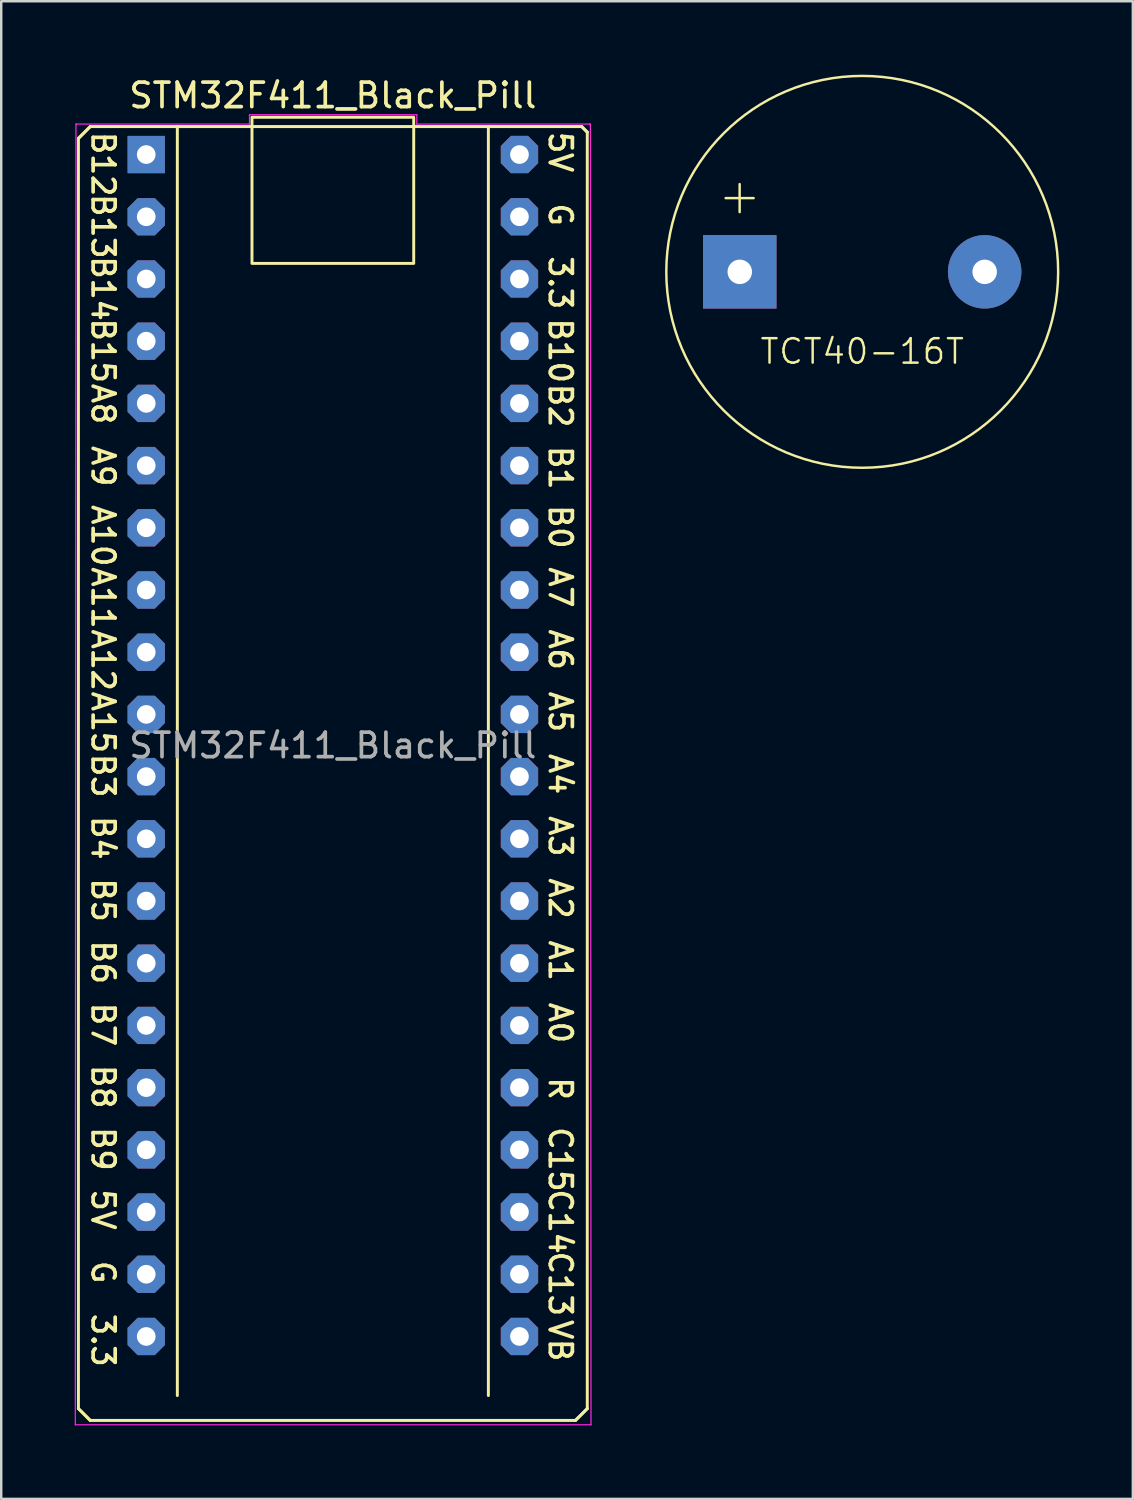
<source format=kicad_pcb>
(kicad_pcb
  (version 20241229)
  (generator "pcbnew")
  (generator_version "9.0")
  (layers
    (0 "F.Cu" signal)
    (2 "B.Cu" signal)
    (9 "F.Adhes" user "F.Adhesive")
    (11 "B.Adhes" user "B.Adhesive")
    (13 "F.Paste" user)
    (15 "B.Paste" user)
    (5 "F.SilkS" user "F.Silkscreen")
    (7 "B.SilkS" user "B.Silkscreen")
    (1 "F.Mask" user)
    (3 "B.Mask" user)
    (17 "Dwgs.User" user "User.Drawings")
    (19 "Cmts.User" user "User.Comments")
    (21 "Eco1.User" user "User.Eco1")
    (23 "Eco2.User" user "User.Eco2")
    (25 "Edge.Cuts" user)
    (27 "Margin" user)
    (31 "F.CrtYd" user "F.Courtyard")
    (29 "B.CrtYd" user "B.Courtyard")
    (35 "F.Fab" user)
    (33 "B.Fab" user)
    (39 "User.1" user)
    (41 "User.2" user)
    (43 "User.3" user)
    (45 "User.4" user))
  (footprint "TCT40-16T"
    (layer "F.Cu")
    (at 32.157 8.05)
    (property "Reference" "TCT40-16T" (at 0 3.25 0) (unlocked yes) (layer "F.SilkS") (effects (font (size 1 1) (thickness 0.1))))
    (attr through_hole)
    (fp_circle (center 0 0) (end 8 0) (stroke (width 0.1) (type default)) (fill no) (layer "F.SilkS"))
    (fp_text user "+" (at -6 -2.25 0) (unlocked yes) (layer "F.SilkS") (effects (font (size 1.5 1.5) (thickness 0.1)) (justify left bottom)))
    (pad "1" thru_hole rect (at -5 0) (size 3 3) (drill 1) (layers "*.Cu" "*.Mask"))
    (pad "2" thru_hole circle (at 5 0) (size 3 3) (drill 1) (layers "*.Cu" "*.Mask")))
  (footprint "STM32F411_Black_Pill"
    (layer "F.Cu")
    (at 10.541 27.391)
    (property "Reference" "STM32F411_Black_Pill" (at 0 -26.543 0) (unlocked yes) (layer "F.SilkS") (effects (font (size 1 1) (thickness 0.15))))
    (attr through_hole)
    (fp_line (start -10.389 -24.79) (end -10.389 27.076) (stroke (width 0.12) (type default)) (layer "F.SilkS"))
    (fp_line (start -10.389 27.076) (end -9.906 27.559) (stroke (width 0.12) (type default)) (layer "F.SilkS"))
    (fp_line (start -9.906 -25.273) (end -10.389 -24.79) (stroke (width 0.12) (type default)) (layer "F.SilkS"))
    (fp_line (start -9.906 -25.273) (end -10.389 -24.79) (stroke (width 0.12) (type default)) (layer "F.SilkS"))
    (fp_line (start -9.906 27.559) (end -10.389 27.076) (stroke (width 0.12) (type default)) (layer "F.SilkS"))
    (fp_line (start -9.906 27.559) (end 9.906 27.559) (stroke (width 0.12) (type default)) (layer "F.SilkS"))
    (fp_line (start -6.35 -25.273) (end -6.35 26.543) (stroke (width 0.12) (type default)) (layer "F.SilkS"))
    (fp_line (start 6.35 -25.273) (end 6.35 26.543) (stroke (width 0.12) (type default)) (layer "F.SilkS"))
    (fp_line (start 9.906 27.559) (end 10.389 27.076) (stroke (width 0.12) (type default)) (layer "F.SilkS"))
    (fp_line (start 9.906 27.559) (end 10.389 27.076) (stroke (width 0.12) (type default)) (layer "F.SilkS"))
    (fp_line (start 10.16 -25.273) (end -9.906 -25.273) (stroke (width 0.12) (type default)) (layer "F.SilkS"))
    (fp_line (start 10.16 -25.273) (end 10.389 -25.044) (stroke (width 0.12) (type default)) (layer "F.SilkS"))
    (fp_line (start 10.389 -25.044) (end 10.16 -25.273) (stroke (width 0.12) (type default)) (layer "F.SilkS"))
    (fp_line (start 10.389 27.076) (end 10.389 -25.044) (stroke (width 0.12) (type default)) (layer "F.SilkS"))
    (fp_rect (start -3.302 -25.654) (end 3.302 -19.685) (stroke (width 0.12) (type default)) (fill no) (layer "F.SilkS"))
    (fp_line (start -10.516 27.737) (end -10.49 -25.375) (stroke (width 0.05) (type default)) (layer "F.CrtYd"))
    (fp_line (start -10.516 27.737) (end 10.541 27.737) (stroke (width 0.05) (type default)) (layer "F.CrtYd"))
    (fp_line (start -10.49 -25.375) (end -10.465 -25.375) (stroke (width 0.05) (type default)) (layer "F.CrtYd"))
    (fp_line (start -10.465 -25.375) (end -3.404 -25.375) (stroke (width 0.05) (type default)) (layer "F.CrtYd"))
    (fp_line (start -3.404 -25.756) (end 3.429 -25.756) (stroke (width 0.05) (type default)) (layer "F.CrtYd"))
    (fp_line (start -3.404 -25.375) (end -3.404 -25.756) (stroke (width 0.05) (type default)) (layer "F.CrtYd"))
    (fp_line (start 3.429 -25.756) (end 3.429 -25.375) (stroke (width 0.05) (type default)) (layer "F.CrtYd"))
    (fp_line (start 3.429 -25.375) (end 10.49 -25.375) (stroke (width 0.05) (type default)) (layer "F.CrtYd"))
    (fp_line (start 10.49 -25.375) (end 10.516 -25.375) (stroke (width 0.05) (type default)) (layer "F.CrtYd"))
    (fp_line (start 10.516 -25.375) (end 10.541 27.737) (stroke (width 0.05) (type default)) (layer "F.CrtYd"))
    (fp_text user "C13" (at 8.763 20.574 270) (unlocked yes) (layer "F.SilkS") (effects (font (size 0.9 0.9) (thickness 0.15)) (justify left bottom)))
    (fp_text user "A11" (at -9.906 -7.366 270) (unlocked yes) (layer "F.SilkS") (effects (font (size 0.9 0.9) (thickness 0.15)) (justify left bottom)))
    (fp_text user "B6" (at -9.906 7.874 270) (unlocked yes) (layer "F.SilkS") (effects (font (size 0.9 0.9) (thickness 0.15)) (justify left bottom)))
    (fp_text user "5V" (at 8.763 -25.146 270) (unlocked yes) (layer "F.SilkS") (effects (font (size 0.9 0.9) (thickness 0.15)) (justify left bottom)))
    (fp_text user "B0" (at 8.763 -9.906 270) (unlocked yes) (layer "F.SilkS") (effects (font (size 0.9 0.9) (thickness 0.15)) (justify left bottom)))
    (fp_text user "B1" (at 8.763 -12.319 270) (unlocked yes) (layer "F.SilkS") (effects (font (size 0.9 0.9) (thickness 0.15)) (justify left bottom)))
    (fp_text user "A15" (at -9.906 -2.286 270) (unlocked yes) (layer "F.SilkS") (effects (font (size 0.9 0.9) (thickness 0.15)) (justify left bottom)))
    (fp_text user "B13" (at -9.906 -22.606 270) (unlocked yes) (layer "F.SilkS") (effects (font (size 0.9 0.9) (thickness 0.15)) (justify left bottom)))
    (fp_text user "B9" (at -9.906 15.494 270) (unlocked yes) (layer "F.SilkS") (effects (font (size 0.9 0.9) (thickness 0.15)) (justify left bottom)))
    (fp_text user "A3" (at 8.763 2.794 270) (unlocked yes) (layer "F.SilkS") (effects (font (size 0.9 0.9) (thickness 0.15)) (justify left bottom)))
    (fp_text user "B14" (at -9.906 -20.066 270) (unlocked yes) (layer "F.SilkS") (effects (font (size 0.9 0.9) (thickness 0.15)) (justify left bottom)))
    (fp_text user "A8" (at -9.906 -14.859 270) (unlocked yes) (layer "F.SilkS") (effects (font (size 0.9 0.9) (thickness 0.15)) (justify left bottom)))
    (fp_text user "A6" (at 8.763 -4.826 270) (unlocked yes) (layer "F.SilkS") (effects (font (size 0.9 0.9) (thickness 0.15)) (justify left bottom)))
    (fp_text user "A7" (at 8.763 -7.366 270) (unlocked yes) (layer "F.SilkS") (effects (font (size 0.9 0.9) (thickness 0.15)) (justify left bottom)))
    (fp_text user "B5" (at -9.906 5.334 270) (unlocked yes) (layer "F.SilkS") (effects (font (size 0.9 0.9) (thickness 0.15)) (justify left bottom)))
    (fp_text user "A2" (at 8.763 5.334 270) (unlocked yes) (layer "F.SilkS") (effects (font (size 0.9 0.9) (thickness 0.15)) (justify left bottom)))
    (fp_text user "B8" (at -9.906 12.954 270) (unlocked yes) (layer "F.SilkS") (effects (font (size 0.9 0.9) (thickness 0.15)) (justify left bottom)))
    (fp_text user "C15" (at 8.763 15.494 270) (unlocked yes) (layer "F.SilkS") (effects (font (size 0.9 0.9) (thickness 0.15)) (justify left bottom)))
    (fp_text user "G" (at -9.906 20.955 270) (unlocked yes) (layer "F.SilkS") (effects (font (size 0.9 0.9) (thickness 0.15)) (justify left bottom)))
    (fp_text user "B10" (at 8.763 -17.526 270) (unlocked yes) (layer "F.SilkS") (effects (font (size 0.9 0.9) (thickness 0.15)) (justify left bottom)))
    (fp_text user "C14" (at 8.763 18.034 270) (unlocked yes) (layer "F.SilkS") (effects (font (size 0.9 0.9) (thickness 0.15)) (justify left bottom)))
    (fp_text user "3.3" (at -9.906 23.114 270) (unlocked yes) (layer "F.SilkS") (effects (font (size 0.9 0.9) (thickness 0.15)) (justify left bottom)))
    (fp_text user "VB" (at 8.763 23.368 270) (unlocked yes) (layer "F.SilkS") (effects (font (size 0.9 0.9) (thickness 0.15)) (justify left bottom)))
    (fp_text user "A12" (at -9.906 -4.826 270) (unlocked yes) (layer "F.SilkS") (effects (font (size 0.9 0.9) (thickness 0.15)) (justify left bottom)))
    (fp_text user "3.3" (at 8.763 -20.066 270) (unlocked yes) (layer "F.SilkS") (effects (font (size 0.9 0.9) (thickness 0.15)) (justify left bottom)))
    (fp_text user "B2" (at 8.763 -14.859 270) (unlocked yes) (layer "F.SilkS") (effects (font (size 0.9 0.9) (thickness 0.15)) (justify left bottom)))
    (fp_text user "5V" (at -9.906 18.034 270) (unlocked yes) (layer "F.SilkS") (effects (font (size 0.9 0.9) (thickness 0.15)) (justify left bottom)))
    (fp_text user "B4" (at -9.906 2.794 270) (unlocked yes) (layer "F.SilkS") (effects (font (size 0.9 0.9) (thickness 0.15)) (justify left bottom)))
    (fp_text user "B15" (at -9.906 -17.526 270) (unlocked yes) (layer "F.SilkS") (effects (font (size 0.9 0.9) (thickness 0.15)) (justify left bottom)))
    (fp_text user "A10" (at -9.906 -9.906 270) (unlocked yes) (layer "F.SilkS") (effects (font (size 0.9 0.9) (thickness 0.15)) (justify left bottom)))
    (fp_text user "B7" (at -9.906 10.414 270) (unlocked yes) (layer "F.SilkS") (effects (font (size 0.9 0.9) (thickness 0.15)) (justify left bottom)))
    (fp_text user "A9" (at -9.906 -12.319 270) (unlocked yes) (layer "F.SilkS") (effects (font (size 0.9 0.9) (thickness 0.15)) (justify left bottom)))
    (fp_text user "A4" (at 8.763 0.254 270) (unlocked yes) (layer "F.SilkS") (effects (font (size 0.9 0.9) (thickness 0.15)) (justify left bottom)))
    (fp_text user "B12" (at -9.906 -25.146 270) (unlocked yes) (layer "F.SilkS") (effects (font (size 0.9 0.9) (thickness 0.15)) (justify left bottom)))
    (fp_text user "G" (at 8.763 -22.225 270) (unlocked yes) (layer "F.SilkS") (effects (font (size 0.9 0.9) (thickness 0.15)) (justify left bottom)))
    (fp_text user "R" (at 8.763 13.462 270) (unlocked yes) (layer "F.SilkS") (effects (font (size 0.9 0.9) (thickness 0.15)) (justify left bottom)))
    (fp_text user "B3" (at -9.906 0.254 270) (unlocked yes) (layer "F.SilkS") (effects (font (size 0.9 0.9) (thickness 0.15)) (justify left bottom)))
    (fp_text user "A0" (at 8.763 10.414 270) (unlocked yes) (layer "F.SilkS") (effects (font (size 0.9 0.9) (thickness 0.15)) (justify left bottom)))
    (fp_text user "A5" (at 8.763 -2.286 270) (unlocked yes) (layer "F.SilkS") (effects (font (size 0.9 0.9) (thickness 0.15)) (justify left bottom)))
    (fp_text user "A1" (at 8.763 7.874 270) (unlocked yes) (layer "F.SilkS") (effects (font (size 0.9 0.9) (thickness 0.15)) (justify left bottom)))
    (fp_text user "${REFERENCE}" (at 0 0 0) (unlocked yes) (layer "F.Fab") (effects (font (size 1 1) (thickness 0.15))))
    (pad "1" thru_hole roundrect (at -7.62 -24.13) (size 1.524 1.524) (drill 0.762) (layers "*.Cu" "*.Mask") (roundrect_rratio 0) (chamfer_ratio 0.2) (chamfer))
    (pad "2" thru_hole roundrect (at -7.62 -21.59) (size 1.524 1.524) (drill 0.762) (layers "*.Cu" "*.Mask") (roundrect_rratio 0) (chamfer_ratio 0.27) (chamfer top_left top_right bottom_left bottom_right))
    (pad "3" thru_hole roundrect (at -7.62 -19.05) (size 1.524 1.524) (drill 0.762) (layers "*.Cu" "*.Mask") (roundrect_rratio 0) (chamfer_ratio 0.27) (chamfer top_left top_right bottom_left bottom_right))
    (pad "4" thru_hole roundrect (at -7.62 -16.51) (size 1.524 1.524) (drill 0.762) (layers "*.Cu" "*.Mask") (roundrect_rratio 0) (chamfer_ratio 0.27) (chamfer top_left top_right bottom_left bottom_right))
    (pad "5" thru_hole roundrect (at -7.62 -13.97) (size 1.524 1.524) (drill 0.762) (layers "*.Cu" "*.Mask") (roundrect_rratio 0) (chamfer_ratio 0.27) (chamfer top_left top_right bottom_left bottom_right))
    (pad "6" thru_hole roundrect (at -7.62 -11.43) (size 1.524 1.524) (drill 0.762) (layers "*.Cu" "*.Mask") (roundrect_rratio 0) (chamfer_ratio 0.27) (chamfer top_left top_right bottom_left bottom_right))
    (pad "7" thru_hole roundrect (at -7.62 -8.89) (size 1.524 1.524) (drill 0.762) (layers "*.Cu" "*.Mask") (roundrect_rratio 0) (chamfer_ratio 0.27) (chamfer top_left top_right bottom_left bottom_right))
    (pad "8" thru_hole roundrect (at -7.62 -6.35) (size 1.524 1.524) (drill 0.762) (layers "*.Cu" "*.Mask") (roundrect_rratio 0) (chamfer_ratio 0.27) (chamfer top_left top_right bottom_left bottom_right))
    (pad "9" thru_hole roundrect (at -7.62 -3.81) (size 1.524 1.524) (drill 0.762) (layers "*.Cu" "*.Mask") (roundrect_rratio 0) (chamfer_ratio 0.27) (chamfer top_left top_right bottom_left bottom_right))
    (pad "10" thru_hole roundrect (at -7.62 -1.27) (size 1.524 1.524) (drill 0.762) (layers "*.Cu" "*.Mask") (roundrect_rratio 0) (chamfer_ratio 0.27) (chamfer top_left top_right bottom_left bottom_right))
    (pad "11" thru_hole roundrect (at -7.62 1.27) (size 1.524 1.524) (drill 0.762) (layers "*.Cu" "*.Mask") (roundrect_rratio 0) (chamfer_ratio 0.27) (chamfer top_left top_right bottom_left bottom_right))
    (pad "12" thru_hole roundrect (at -7.62 3.81) (size 1.524 1.524) (drill 0.762) (layers "*.Cu" "*.Mask") (roundrect_rratio 0) (chamfer_ratio 0.27) (chamfer top_left top_right bottom_left bottom_right))
    (pad "13" thru_hole roundrect (at -7.62 6.35) (size 1.524 1.524) (drill 0.762) (layers "*.Cu" "*.Mask") (roundrect_rratio 0) (chamfer_ratio 0.27) (chamfer top_left top_right bottom_left bottom_right))
    (pad "14" thru_hole roundrect (at -7.62 8.89) (size 1.524 1.524) (drill 0.762) (layers "*.Cu" "*.Mask") (roundrect_rratio 0) (chamfer_ratio 0.27) (chamfer top_left top_right bottom_left bottom_right))
    (pad "15" thru_hole roundrect (at -7.62 11.43) (size 1.524 1.524) (drill 0.762) (layers "*.Cu" "*.Mask") (roundrect_rratio 0) (chamfer_ratio 0.27) (chamfer top_left top_right bottom_left bottom_right))
    (pad "16" thru_hole roundrect (at -7.62 13.97) (size 1.524 1.524) (drill 0.762) (layers "*.Cu" "*.Mask") (roundrect_rratio 0) (chamfer_ratio 0.27) (chamfer top_left top_right bottom_left bottom_right))
    (pad "17" thru_hole roundrect (at -7.62 16.51) (size 1.524 1.524) (drill 0.762) (layers "*.Cu" "*.Mask") (roundrect_rratio 0) (chamfer_ratio 0.27) (chamfer top_left top_right bottom_left bottom_right))
    (pad "18" thru_hole roundrect (at -7.62 19.05) (size 1.524 1.524) (drill 0.762) (layers "*.Cu" "*.Mask") (roundrect_rratio 0) (chamfer_ratio 0.27) (chamfer top_left top_right bottom_left bottom_right))
    (pad "19" thru_hole roundrect (at -7.62 21.59) (size 1.524 1.524) (drill 0.762) (layers "*.Cu" "*.Mask") (roundrect_rratio 0) (chamfer_ratio 0.27) (chamfer top_left top_right bottom_left bottom_right))
    (pad "20" thru_hole roundrect (at -7.62 24.13) (size 1.524 1.524) (drill 0.762) (layers "*.Cu" "*.Mask") (roundrect_rratio 0) (chamfer_ratio 0.27) (chamfer top_left top_right bottom_left bottom_right))
    (pad "21" thru_hole roundrect (at 7.62 24.13) (size 1.524 1.524) (drill 0.762) (layers "*.Cu" "*.Mask") (roundrect_rratio 0) (chamfer_ratio 0.27) (chamfer top_left top_right bottom_left bottom_right))
    (pad "22" thru_hole roundrect (at 7.62 21.59) (size 1.524 1.524) (drill 0.762) (layers "*.Cu" "*.Mask") (roundrect_rratio 0) (chamfer_ratio 0.27) (chamfer top_left top_right bottom_left bottom_right))
    (pad "23" thru_hole roundrect (at 7.62 19.05) (size 1.524 1.524) (drill 0.762) (layers "*.Cu" "*.Mask") (roundrect_rratio 0) (chamfer_ratio 0.27) (chamfer top_left top_right bottom_left bottom_right))
    (pad "24" thru_hole roundrect (at 7.62 16.51) (size 1.524 1.524) (drill 0.762) (layers "*.Cu" "*.Mask") (roundrect_rratio 0) (chamfer_ratio 0.27) (chamfer top_left top_right bottom_left bottom_right))
    (pad "25" thru_hole roundrect (at 7.62 13.97) (size 1.524 1.524) (drill 0.762) (layers "*.Cu" "*.Mask") (roundrect_rratio 0) (chamfer_ratio 0.27) (chamfer top_left top_right bottom_left bottom_right))
    (pad "26" thru_hole roundrect (at 7.62 11.43) (size 1.524 1.524) (drill 0.762) (layers "*.Cu" "*.Mask") (roundrect_rratio 0) (chamfer_ratio 0.27) (chamfer top_left top_right bottom_left bottom_right))
    (pad "27" thru_hole roundrect (at 7.62 8.89) (size 1.524 1.524) (drill 0.762) (layers "*.Cu" "*.Mask") (roundrect_rratio 0) (chamfer_ratio 0.27) (chamfer top_left top_right bottom_left bottom_right))
    (pad "28" thru_hole roundrect (at 7.62 6.35) (size 1.524 1.524) (drill 0.762) (layers "*.Cu" "*.Mask") (roundrect_rratio 0) (chamfer_ratio 0.27) (chamfer top_left top_right bottom_left bottom_right))
    (pad "29" thru_hole roundrect (at 7.62 3.81) (size 1.524 1.524) (drill 0.762) (layers "*.Cu" "*.Mask") (roundrect_rratio 0) (chamfer_ratio 0.27) (chamfer top_left top_right bottom_left bottom_right))
    (pad "30" thru_hole roundrect (at 7.62 1.27) (size 1.524 1.524) (drill 0.762) (layers "*.Cu" "*.Mask") (roundrect_rratio 0) (chamfer_ratio 0.27) (chamfer top_left top_right bottom_left bottom_right))
    (pad "31" thru_hole roundrect (at 7.62 -1.27) (size 1.524 1.524) (drill 0.762) (layers "*.Cu" "*.Mask") (roundrect_rratio 0) (chamfer_ratio 0.27) (chamfer top_left top_right bottom_left bottom_right))
    (pad "32" thru_hole roundrect (at 7.62 -3.81) (size 1.524 1.524) (drill 0.762) (layers "*.Cu" "*.Mask") (roundrect_rratio 0) (chamfer_ratio 0.27) (chamfer top_left top_right bottom_left bottom_right))
    (pad "33" thru_hole roundrect (at 7.62 -6.35) (size 1.524 1.524) (drill 0.762) (layers "*.Cu" "*.Mask") (roundrect_rratio 0) (chamfer_ratio 0.27) (chamfer top_left top_right bottom_left bottom_right))
    (pad "34" thru_hole roundrect (at 7.62 -8.89) (size 1.524 1.524) (drill 0.762) (layers "*.Cu" "*.Mask") (roundrect_rratio 0) (chamfer_ratio 0.27) (chamfer top_left top_right bottom_left bottom_right))
    (pad "35" thru_hole roundrect (at 7.62 -11.43) (size 1.524 1.524) (drill 0.762) (layers "*.Cu" "*.Mask") (roundrect_rratio 0) (chamfer_ratio 0.27) (chamfer top_left top_right bottom_left bottom_right))
    (pad "36" thru_hole roundrect (at 7.62 -13.97) (size 1.524 1.524) (drill 0.762) (layers "*.Cu" "*.Mask") (roundrect_rratio 0) (chamfer_ratio 0.27) (chamfer top_left top_right bottom_left bottom_right))
    (pad "37" thru_hole roundrect (at 7.62 -16.51) (size 1.524 1.524) (drill 0.762) (layers "*.Cu" "*.Mask") (roundrect_rratio 0) (chamfer_ratio 0.27) (chamfer top_left top_right bottom_left bottom_right))
    (pad "38" thru_hole roundrect (at 7.62 -19.05) (size 1.524 1.524) (drill 0.762) (layers "*.Cu" "*.Mask") (roundrect_rratio 0) (chamfer_ratio 0.27) (chamfer top_left top_right bottom_left bottom_right))
    (pad "39" thru_hole roundrect (at 7.62 -21.59) (size 1.524 1.524) (drill 0.762) (layers "*.Cu" "*.Mask") (roundrect_rratio 0) (chamfer_ratio 0.27) (chamfer top_left top_right bottom_left bottom_right))
    (pad "40" thru_hole roundrect (at 7.62 -24.13) (size 1.524 1.524) (drill 0.762) (layers "*.Cu" "*.Mask") (roundrect_rratio 0) (chamfer_ratio 0.27) (chamfer top_left top_right bottom_left bottom_right)))
  (gr_rect
    (start -3 -3)
    (end 43.207 58.153)
    (stroke (width 0.1) (type default))
    (fill no)
    (layer "Edge.Cuts")))
</source>
